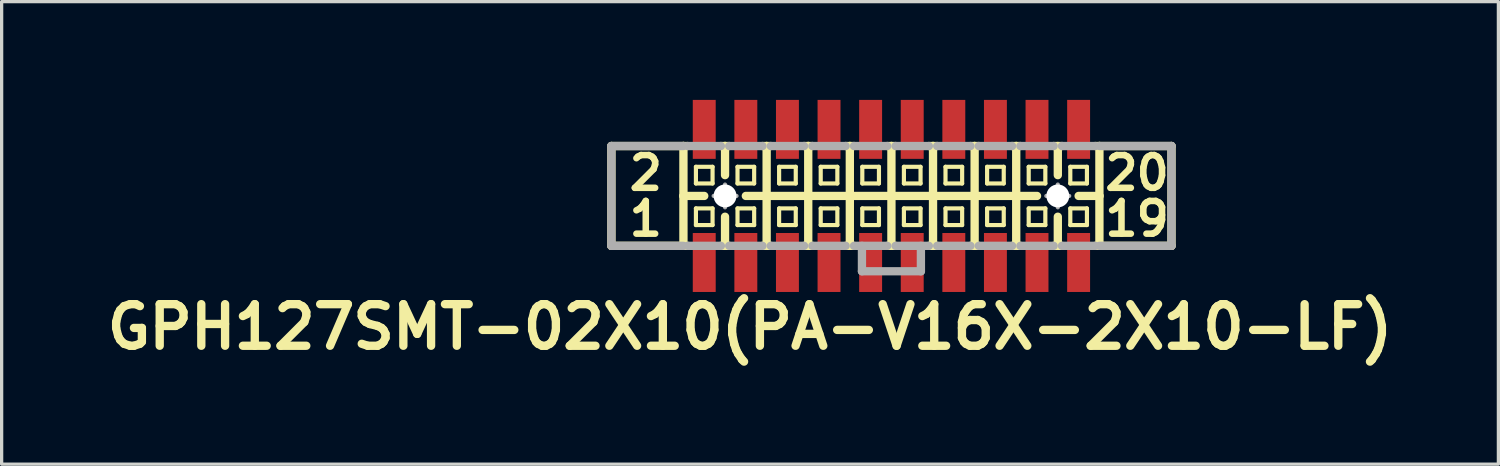
<source format=kicad_pcb>
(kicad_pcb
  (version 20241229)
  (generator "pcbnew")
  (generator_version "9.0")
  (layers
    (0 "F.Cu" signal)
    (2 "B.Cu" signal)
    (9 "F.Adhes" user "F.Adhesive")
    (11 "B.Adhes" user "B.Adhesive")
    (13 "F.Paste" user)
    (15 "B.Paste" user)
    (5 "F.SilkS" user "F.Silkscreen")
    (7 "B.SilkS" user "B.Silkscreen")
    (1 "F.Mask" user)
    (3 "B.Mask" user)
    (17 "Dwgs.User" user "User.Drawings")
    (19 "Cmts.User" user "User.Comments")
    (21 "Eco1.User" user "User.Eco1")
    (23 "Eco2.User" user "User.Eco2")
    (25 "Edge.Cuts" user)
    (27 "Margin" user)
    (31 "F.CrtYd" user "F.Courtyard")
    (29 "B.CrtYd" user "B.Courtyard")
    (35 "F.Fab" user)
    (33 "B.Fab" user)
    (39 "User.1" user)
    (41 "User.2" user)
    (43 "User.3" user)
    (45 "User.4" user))
  (footprint "GPH127SMT-02X10(PA-V16X-2X10-LF)"
    (layer "F.Cu")
    (at 24.166 2.932)
    (property "Reference" "GPH127SMT-02X10(PA-V16X-2X10-LF)" (at -4.318 4 0) (layer "F.SilkS") (effects (font (size 1.27 1.27) (thickness 0.254))))
    (attr smd)
    (fp_line (start -8.55 -1.524) (end -8.55 1.524) (stroke (width 0.254) (type solid)) (layer "F.SilkS"))
    (fp_line (start -8.55 1.524) (end -6.35 1.524) (stroke (width 0.254) (type solid)) (layer "F.SilkS"))
    (fp_line (start -6.35 -1.524) (end -8.55 -1.524) (stroke (width 0.254) (type solid)) (layer "F.SilkS"))
    (fp_line (start -6.35 -1.524) (end -6.35 0) (stroke (width 0.254) (type solid)) (layer "F.SilkS"))
    (fp_line (start -6.35 0) (end -6.35 1.524) (stroke (width 0.254) (type solid)) (layer "F.SilkS"))
    (fp_line (start -6.35 0) (end -5.715 0) (stroke (width 0.254) (type solid)) (layer "F.SilkS"))
    (fp_line (start -6.35 1.524) (end -6.223 1.524) (stroke (width 0.254) (type solid)) (layer "F.SilkS"))
    (fp_line (start -6.223 -1.524) (end -6.35 -1.524) (stroke (width 0.254) (type solid)) (layer "F.SilkS"))
    (fp_line (start -5.969 -0.889) (end -5.461 -0.889) (stroke (width 0.127) (type solid)) (layer "F.SilkS"))
    (fp_line (start -5.969 -0.381) (end -5.969 -0.889) (stroke (width 0.127) (type solid)) (layer "F.SilkS"))
    (fp_line (start -5.969 -0.381) (end -5.461 -0.381) (stroke (width 0.127) (type solid)) (layer "F.SilkS"))
    (fp_line (start -5.969 0.381) (end -5.461 0.381) (stroke (width 0.127) (type solid)) (layer "F.SilkS"))
    (fp_line (start -5.969 0.889) (end -5.969 0.381) (stroke (width 0.127) (type solid)) (layer "F.SilkS"))
    (fp_line (start -5.969 0.889) (end -5.461 0.889) (stroke (width 0.127) (type solid)) (layer "F.SilkS"))
    (fp_line (start -5.461 -0.381) (end -5.461 -0.889) (stroke (width 0.127) (type solid)) (layer "F.SilkS"))
    (fp_line (start -5.461 0.889) (end -5.461 0.381) (stroke (width 0.127) (type solid)) (layer "F.SilkS"))
    (fp_line (start -5.207 -1.524) (end -5.08 -1.524) (stroke (width 0.254) (type solid)) (layer "F.SilkS"))
    (fp_line (start -5.207 1.524) (end -5.08 1.524) (stroke (width 0.254) (type solid)) (layer "F.SilkS"))
    (fp_line (start -5.08 -1.524) (end -4.953 -1.524) (stroke (width 0.254) (type solid)) (layer "F.SilkS"))
    (fp_line (start -5.08 -0.635) (end -5.08 -1.524) (stroke (width 0.254) (type solid)) (layer "F.SilkS"))
    (fp_line (start -5.08 1.524) (end -5.08 0.635) (stroke (width 0.254) (type solid)) (layer "F.SilkS"))
    (fp_line (start -5.08 1.524) (end -4.953 1.524) (stroke (width 0.254) (type solid)) (layer "F.SilkS"))
    (fp_line (start -4.699 -0.889) (end -4.191 -0.889) (stroke (width 0.127) (type solid)) (layer "F.SilkS"))
    (fp_line (start -4.699 -0.381) (end -4.699 -0.889) (stroke (width 0.127) (type solid)) (layer "F.SilkS"))
    (fp_line (start -4.699 -0.381) (end -4.191 -0.381) (stroke (width 0.127) (type solid)) (layer "F.SilkS"))
    (fp_line (start -4.699 0.381) (end -4.191 0.381) (stroke (width 0.127) (type solid)) (layer "F.SilkS"))
    (fp_line (start -4.699 0.889) (end -4.699 0.381) (stroke (width 0.127) (type solid)) (layer "F.SilkS"))
    (fp_line (start -4.699 0.889) (end -4.191 0.889) (stroke (width 0.127) (type solid)) (layer "F.SilkS"))
    (fp_line (start -4.445 0) (end -3.81 0) (stroke (width 0.254) (type solid)) (layer "F.SilkS"))
    (fp_line (start -4.191 -0.381) (end -4.191 -0.889) (stroke (width 0.127) (type solid)) (layer "F.SilkS"))
    (fp_line (start -4.191 0.889) (end -4.191 0.381) (stroke (width 0.127) (type solid)) (layer "F.SilkS"))
    (fp_line (start -3.937 -1.524) (end -3.81 -1.524) (stroke (width 0.254) (type solid)) (layer "F.SilkS"))
    (fp_line (start -3.937 1.524) (end -3.81 1.524) (stroke (width 0.254) (type solid)) (layer "F.SilkS"))
    (fp_line (start -3.81 -1.524) (end -3.683 -1.524) (stroke (width 0.254) (type solid)) (layer "F.SilkS"))
    (fp_line (start -3.81 0) (end -3.81 -1.524) (stroke (width 0.254) (type solid)) (layer "F.SilkS"))
    (fp_line (start -3.81 0) (end -2.54 0) (stroke (width 0.254) (type solid)) (layer "F.SilkS"))
    (fp_line (start -3.81 1.524) (end -3.81 0) (stroke (width 0.254) (type solid)) (layer "F.SilkS"))
    (fp_line (start -3.81 1.524) (end -3.683 1.524) (stroke (width 0.254) (type solid)) (layer "F.SilkS"))
    (fp_line (start -3.429 -0.889) (end -2.921 -0.889) (stroke (width 0.127) (type solid)) (layer "F.SilkS"))
    (fp_line (start -3.429 -0.381) (end -3.429 -0.889) (stroke (width 0.127) (type solid)) (layer "F.SilkS"))
    (fp_line (start -3.429 -0.381) (end -2.921 -0.381) (stroke (width 0.127) (type solid)) (layer "F.SilkS"))
    (fp_line (start -3.429 0.381) (end -2.921 0.381) (stroke (width 0.127) (type solid)) (layer "F.SilkS"))
    (fp_line (start -3.429 0.889) (end -3.429 0.381) (stroke (width 0.127) (type solid)) (layer "F.SilkS"))
    (fp_line (start -3.429 0.889) (end -2.921 0.889) (stroke (width 0.127) (type solid)) (layer "F.SilkS"))
    (fp_line (start -2.921 -0.381) (end -2.921 -0.889) (stroke (width 0.127) (type solid)) (layer "F.SilkS"))
    (fp_line (start -2.921 0.889) (end -2.921 0.381) (stroke (width 0.127) (type solid)) (layer "F.SilkS"))
    (fp_line (start -2.667 -1.524) (end -2.54 -1.524) (stroke (width 0.254) (type solid)) (layer "F.SilkS"))
    (fp_line (start -2.667 1.524) (end -2.54 1.524) (stroke (width 0.254) (type solid)) (layer "F.SilkS"))
    (fp_line (start -2.54 -1.524) (end -2.413 -1.524) (stroke (width 0.254) (type solid)) (layer "F.SilkS"))
    (fp_line (start -2.54 0) (end -2.54 -1.524) (stroke (width 0.254) (type solid)) (layer "F.SilkS"))
    (fp_line (start -2.54 0) (end -1.27 0) (stroke (width 0.254) (type solid)) (layer "F.SilkS"))
    (fp_line (start -2.54 1.524) (end -2.54 0) (stroke (width 0.254) (type solid)) (layer "F.SilkS"))
    (fp_line (start -2.54 1.524) (end -2.413 1.524) (stroke (width 0.254) (type solid)) (layer "F.SilkS"))
    (fp_line (start -2.159 -0.889) (end -1.651 -0.889) (stroke (width 0.127) (type solid)) (layer "F.SilkS"))
    (fp_line (start -2.159 -0.381) (end -2.159 -0.889) (stroke (width 0.127) (type solid)) (layer "F.SilkS"))
    (fp_line (start -2.159 -0.381) (end -1.651 -0.381) (stroke (width 0.127) (type solid)) (layer "F.SilkS"))
    (fp_line (start -2.159 0.381) (end -1.651 0.381) (stroke (width 0.127) (type solid)) (layer "F.SilkS"))
    (fp_line (start -2.159 0.889) (end -2.159 0.381) (stroke (width 0.127) (type solid)) (layer "F.SilkS"))
    (fp_line (start -2.159 0.889) (end -1.651 0.889) (stroke (width 0.127) (type solid)) (layer "F.SilkS"))
    (fp_line (start -1.651 -0.381) (end -1.651 -0.889) (stroke (width 0.127) (type solid)) (layer "F.SilkS"))
    (fp_line (start -1.651 0.889) (end -1.651 0.381) (stroke (width 0.127) (type solid)) (layer "F.SilkS"))
    (fp_line (start -1.397 -1.524) (end -1.27 -1.524) (stroke (width 0.254) (type solid)) (layer "F.SilkS"))
    (fp_line (start -1.397 1.524) (end -1.27 1.524) (stroke (width 0.254) (type solid)) (layer "F.SilkS"))
    (fp_line (start -1.27 -1.524) (end -1.143 -1.524) (stroke (width 0.254) (type solid)) (layer "F.SilkS"))
    (fp_line (start -1.27 0) (end -1.27 -1.524) (stroke (width 0.254) (type solid)) (layer "F.SilkS"))
    (fp_line (start -1.27 0) (end 0 0) (stroke (width 0.254) (type solid)) (layer "F.SilkS"))
    (fp_line (start -1.27 1.524) (end -1.27 0) (stroke (width 0.254) (type solid)) (layer "F.SilkS"))
    (fp_line (start -1.27 1.524) (end -1.143 1.524) (stroke (width 0.254) (type solid)) (layer "F.SilkS"))
    (fp_line (start -0.889 -0.889) (end -0.381 -0.889) (stroke (width 0.127) (type solid)) (layer "F.SilkS"))
    (fp_line (start -0.889 -0.381) (end -0.889 -0.889) (stroke (width 0.127) (type solid)) (layer "F.SilkS"))
    (fp_line (start -0.889 -0.381) (end -0.381 -0.381) (stroke (width 0.127) (type solid)) (layer "F.SilkS"))
    (fp_line (start -0.889 0.381) (end -0.381 0.381) (stroke (width 0.127) (type solid)) (layer "F.SilkS"))
    (fp_line (start -0.889 0.889) (end -0.889 0.381) (stroke (width 0.127) (type solid)) (layer "F.SilkS"))
    (fp_line (start -0.889 0.889) (end -0.381 0.889) (stroke (width 0.127) (type solid)) (layer "F.SilkS"))
    (fp_line (start -0.381 -0.381) (end -0.381 -0.889) (stroke (width 0.127) (type solid)) (layer "F.SilkS"))
    (fp_line (start -0.381 0.889) (end -0.381 0.381) (stroke (width 0.127) (type solid)) (layer "F.SilkS"))
    (fp_line (start -0.127 -1.524) (end 0 -1.524) (stroke (width 0.254) (type solid)) (layer "F.SilkS"))
    (fp_line (start -0.127 1.524) (end 0 1.524) (stroke (width 0.254) (type solid)) (layer "F.SilkS"))
    (fp_line (start 0 -1.524) (end 0.127 -1.524) (stroke (width 0.254) (type solid)) (layer "F.SilkS"))
    (fp_line (start 0 0) (end 0 -1.524) (stroke (width 0.254) (type solid)) (layer "F.SilkS"))
    (fp_line (start 0 0) (end 1.27 0) (stroke (width 0.254) (type solid)) (layer "F.SilkS"))
    (fp_line (start 0 1.524) (end 0 0) (stroke (width 0.254) (type solid)) (layer "F.SilkS"))
    (fp_line (start 0 1.524) (end 0.127 1.524) (stroke (width 0.254) (type solid)) (layer "F.SilkS"))
    (fp_line (start 0.381 -0.889) (end 0.889 -0.889) (stroke (width 0.127) (type solid)) (layer "F.SilkS"))
    (fp_line (start 0.381 -0.381) (end 0.381 -0.889) (stroke (width 0.127) (type solid)) (layer "F.SilkS"))
    (fp_line (start 0.381 -0.381) (end 0.889 -0.381) (stroke (width 0.127) (type solid)) (layer "F.SilkS"))
    (fp_line (start 0.381 0.381) (end 0.889 0.381) (stroke (width 0.127) (type solid)) (layer "F.SilkS"))
    (fp_line (start 0.381 0.889) (end 0.381 0.381) (stroke (width 0.127) (type solid)) (layer "F.SilkS"))
    (fp_line (start 0.381 0.889) (end 0.889 0.889) (stroke (width 0.127) (type solid)) (layer "F.SilkS"))
    (fp_line (start 0.889 -0.381) (end 0.889 -0.889) (stroke (width 0.127) (type solid)) (layer "F.SilkS"))
    (fp_line (start 0.889 0.889) (end 0.889 0.381) (stroke (width 0.127) (type solid)) (layer "F.SilkS"))
    (fp_line (start 1.143 -1.524) (end 1.27 -1.524) (stroke (width 0.254) (type solid)) (layer "F.SilkS"))
    (fp_line (start 1.143 1.524) (end 1.27 1.524) (stroke (width 0.254) (type solid)) (layer "F.SilkS"))
    (fp_line (start 1.27 -1.524) (end 1.397 -1.524) (stroke (width 0.254) (type solid)) (layer "F.SilkS"))
    (fp_line (start 1.27 0) (end 1.27 -1.524) (stroke (width 0.254) (type solid)) (layer "F.SilkS"))
    (fp_line (start 1.27 0) (end 2.54 0) (stroke (width 0.254) (type solid)) (layer "F.SilkS"))
    (fp_line (start 1.27 1.524) (end 1.27 0) (stroke (width 0.254) (type solid)) (layer "F.SilkS"))
    (fp_line (start 1.27 1.524) (end 1.397 1.524) (stroke (width 0.254) (type solid)) (layer "F.SilkS"))
    (fp_line (start 1.651 -0.889) (end 2.159 -0.889) (stroke (width 0.127) (type solid)) (layer "F.SilkS"))
    (fp_line (start 1.651 -0.381) (end 1.651 -0.889) (stroke (width 0.127) (type solid)) (layer "F.SilkS"))
    (fp_line (start 1.651 -0.381) (end 2.159 -0.381) (stroke (width 0.127) (type solid)) (layer "F.SilkS"))
    (fp_line (start 1.651 0.381) (end 2.159 0.381) (stroke (width 0.127) (type solid)) (layer "F.SilkS"))
    (fp_line (start 1.651 0.889) (end 1.651 0.381) (stroke (width 0.127) (type solid)) (layer "F.SilkS"))
    (fp_line (start 1.651 0.889) (end 2.159 0.889) (stroke (width 0.127) (type solid)) (layer "F.SilkS"))
    (fp_line (start 2.159 -0.381) (end 2.159 -0.889) (stroke (width 0.127) (type solid)) (layer "F.SilkS"))
    (fp_line (start 2.159 0.889) (end 2.159 0.381) (stroke (width 0.127) (type solid)) (layer "F.SilkS"))
    (fp_line (start 2.413 -1.524) (end 2.54 -1.524) (stroke (width 0.254) (type solid)) (layer "F.SilkS"))
    (fp_line (start 2.413 1.524) (end 2.54 1.524) (stroke (width 0.254) (type solid)) (layer "F.SilkS"))
    (fp_line (start 2.54 -1.524) (end 2.667 -1.524) (stroke (width 0.254) (type solid)) (layer "F.SilkS"))
    (fp_line (start 2.54 0) (end 2.54 -1.524) (stroke (width 0.254) (type solid)) (layer "F.SilkS"))
    (fp_line (start 2.54 0) (end 3.81 0) (stroke (width 0.254) (type solid)) (layer "F.SilkS"))
    (fp_line (start 2.54 1.524) (end 2.54 0) (stroke (width 0.254) (type solid)) (layer "F.SilkS"))
    (fp_line (start 2.54 1.524) (end 2.667 1.524) (stroke (width 0.254) (type solid)) (layer "F.SilkS"))
    (fp_line (start 2.921 -0.889) (end 3.429 -0.889) (stroke (width 0.127) (type solid)) (layer "F.SilkS"))
    (fp_line (start 2.921 -0.381) (end 2.921 -0.889) (stroke (width 0.127) (type solid)) (layer "F.SilkS"))
    (fp_line (start 2.921 -0.381) (end 3.429 -0.381) (stroke (width 0.127) (type solid)) (layer "F.SilkS"))
    (fp_line (start 2.921 0.381) (end 3.429 0.381) (stroke (width 0.127) (type solid)) (layer "F.SilkS"))
    (fp_line (start 2.921 0.889) (end 2.921 0.381) (stroke (width 0.127) (type solid)) (layer "F.SilkS"))
    (fp_line (start 2.921 0.889) (end 3.429 0.889) (stroke (width 0.127) (type solid)) (layer "F.SilkS"))
    (fp_line (start 3.429 -0.381) (end 3.429 -0.889) (stroke (width 0.127) (type solid)) (layer "F.SilkS"))
    (fp_line (start 3.429 0.889) (end 3.429 0.381) (stroke (width 0.127) (type solid)) (layer "F.SilkS"))
    (fp_line (start 3.683 -1.524) (end 3.81 -1.524) (stroke (width 0.254) (type solid)) (layer "F.SilkS"))
    (fp_line (start 3.683 1.524) (end 3.81 1.524) (stroke (width 0.254) (type solid)) (layer "F.SilkS"))
    (fp_line (start 3.81 -1.524) (end 3.937 -1.524) (stroke (width 0.254) (type solid)) (layer "F.SilkS"))
    (fp_line (start 3.81 0) (end 3.81 -1.524) (stroke (width 0.254) (type solid)) (layer "F.SilkS"))
    (fp_line (start 3.81 0) (end 4.445 0) (stroke (width 0.254) (type solid)) (layer "F.SilkS"))
    (fp_line (start 3.81 1.524) (end 3.81 0) (stroke (width 0.254) (type solid)) (layer "F.SilkS"))
    (fp_line (start 3.81 1.524) (end 3.937 1.524) (stroke (width 0.254) (type solid)) (layer "F.SilkS"))
    (fp_line (start 4.191 -0.889) (end 4.699 -0.889) (stroke (width 0.127) (type solid)) (layer "F.SilkS"))
    (fp_line (start 4.191 -0.381) (end 4.191 -0.889) (stroke (width 0.127) (type solid)) (layer "F.SilkS"))
    (fp_line (start 4.191 -0.381) (end 4.699 -0.381) (stroke (width 0.127) (type solid)) (layer "F.SilkS"))
    (fp_line (start 4.191 0.381) (end 4.699 0.381) (stroke (width 0.127) (type solid)) (layer "F.SilkS"))
    (fp_line (start 4.191 0.889) (end 4.191 0.381) (stroke (width 0.127) (type solid)) (layer "F.SilkS"))
    (fp_line (start 4.191 0.889) (end 4.699 0.889) (stroke (width 0.127) (type solid)) (layer "F.SilkS"))
    (fp_line (start 4.699 -0.381) (end 4.699 -0.889) (stroke (width 0.127) (type solid)) (layer "F.SilkS"))
    (fp_line (start 4.699 0.889) (end 4.699 0.381) (stroke (width 0.127) (type solid)) (layer "F.SilkS"))
    (fp_line (start 4.953 -1.524) (end 5.207 -1.524) (stroke (width 0.254) (type solid)) (layer "F.SilkS"))
    (fp_line (start 4.953 1.524) (end 5.08 1.524) (stroke (width 0.254) (type solid)) (layer "F.SilkS"))
    (fp_line (start 5.08 -0.635) (end 5.08 -1.524) (stroke (width 0.254) (type solid)) (layer "F.SilkS"))
    (fp_line (start 5.08 1.524) (end 5.08 0.635) (stroke (width 0.254) (type solid)) (layer "F.SilkS"))
    (fp_line (start 5.08 1.524) (end 5.207 1.524) (stroke (width 0.254) (type solid)) (layer "F.SilkS"))
    (fp_line (start 5.461 -0.889) (end 5.969 -0.889) (stroke (width 0.127) (type solid)) (layer "F.SilkS"))
    (fp_line (start 5.461 -0.381) (end 5.461 -0.889) (stroke (width 0.127) (type solid)) (layer "F.SilkS"))
    (fp_line (start 5.461 -0.381) (end 5.969 -0.381) (stroke (width 0.127) (type solid)) (layer "F.SilkS"))
    (fp_line (start 5.461 0.381) (end 5.969 0.381) (stroke (width 0.127) (type solid)) (layer "F.SilkS"))
    (fp_line (start 5.461 0.889) (end 5.461 0.381) (stroke (width 0.127) (type solid)) (layer "F.SilkS"))
    (fp_line (start 5.461 0.889) (end 5.969 0.889) (stroke (width 0.127) (type solid)) (layer "F.SilkS"))
    (fp_line (start 5.715 0) (end 6.35 0) (stroke (width 0.254) (type solid)) (layer "F.SilkS"))
    (fp_line (start 5.969 -0.381) (end 5.969 -0.889) (stroke (width 0.127) (type solid)) (layer "F.SilkS"))
    (fp_line (start 5.969 0.889) (end 5.969 0.381) (stroke (width 0.127) (type solid)) (layer "F.SilkS"))
    (fp_line (start 6.223 -1.524) (end 6.35 -1.524) (stroke (width 0.254) (type solid)) (layer "F.SilkS"))
    (fp_line (start 6.35 -1.524) (end 6.35 0) (stroke (width 0.254) (type solid)) (layer "F.SilkS"))
    (fp_line (start 6.35 -1.524) (end 8.55 -1.524) (stroke (width 0.254) (type solid)) (layer "F.SilkS"))
    (fp_line (start 6.35 0) (end 6.35 1.524) (stroke (width 0.254) (type solid)) (layer "F.SilkS"))
    (fp_line (start 6.35 1.524) (end 6.223 1.524) (stroke (width 0.254) (type solid)) (layer "F.SilkS"))
    (fp_line (start 8.55 -1.524) (end 8.55 1.524) (stroke (width 0.254) (type solid)) (layer "F.SilkS"))
    (fp_line (start 8.55 1.524) (end 6.35 1.524) (stroke (width 0.254) (type solid)) (layer "F.SilkS"))
    (fp_line (start -8.55 -1.524) (end -8.55 1.524) (stroke (width 0.254) (type solid)) (layer "F.Fab"))
    (fp_line (start -8.55 1.524) (end -6.35 1.524) (stroke (width 0.254) (type solid)) (layer "F.Fab"))
    (fp_line (start -6.35 -1.524) (end -8.55 -1.524) (stroke (width 0.254) (type solid)) (layer "F.Fab"))
    (fp_line (start -6.223 -1.524) (end -5.207 -1.524) (stroke (width 0.254) (type solid)) (layer "F.Fab"))
    (fp_line (start -6.223 1.524) (end -5.207 1.524) (stroke (width 0.254) (type solid)) (layer "F.Fab"))
    (fp_line (start -5.428 0) (end -4.729 0) (stroke (width 0.127) (type solid)) (layer "F.Fab"))
    (fp_line (start -5.08 0.348) (end -5.08 -0.348) (stroke (width 0.127) (type solid)) (layer "F.Fab"))
    (fp_line (start -4.953 -1.524) (end -3.937 -1.524) (stroke (width 0.254) (type solid)) (layer "F.Fab"))
    (fp_line (start -4.953 1.524) (end -3.937 1.524) (stroke (width 0.254) (type solid)) (layer "F.Fab"))
    (fp_line (start -3.683 -1.524) (end -2.667 -1.524) (stroke (width 0.254) (type solid)) (layer "F.Fab"))
    (fp_line (start -3.683 1.524) (end -2.667 1.524) (stroke (width 0.254) (type solid)) (layer "F.Fab"))
    (fp_line (start -2.413 -1.524) (end -1.397 -1.524) (stroke (width 0.254) (type solid)) (layer "F.Fab"))
    (fp_line (start -2.413 1.524) (end -1.397 1.524) (stroke (width 0.254) (type solid)) (layer "F.Fab"))
    (fp_line (start -1.143 -1.524) (end -0.127 -1.524) (stroke (width 0.254) (type solid)) (layer "F.Fab"))
    (fp_line (start -1.143 1.524) (end -0.127 1.524) (stroke (width 0.254) (type solid)) (layer "F.Fab"))
    (fp_line (start -0.9 2.3) (end -0.9 1.524) (stroke (width 0.254) (type solid)) (layer "F.Fab"))
    (fp_line (start -0.9 2.3) (end 0.9 2.3) (stroke (width 0.254) (type solid)) (layer "F.Fab"))
    (fp_line (start 0.127 -1.524) (end 1.143 -1.524) (stroke (width 0.254) (type solid)) (layer "F.Fab"))
    (fp_line (start 0.127 1.524) (end 1.143 1.524) (stroke (width 0.254) (type solid)) (layer "F.Fab"))
    (fp_line (start 0.9 2.3) (end 0.9 1.524) (stroke (width 0.254) (type solid)) (layer "F.Fab"))
    (fp_line (start 1.397 -1.524) (end 2.413 -1.524) (stroke (width 0.254) (type solid)) (layer "F.Fab"))
    (fp_line (start 1.397 1.524) (end 2.413 1.524) (stroke (width 0.254) (type solid)) (layer "F.Fab"))
    (fp_line (start 2.667 -1.524) (end 3.683 -1.524) (stroke (width 0.254) (type solid)) (layer "F.Fab"))
    (fp_line (start 2.667 1.524) (end 3.683 1.524) (stroke (width 0.254) (type solid)) (layer "F.Fab"))
    (fp_line (start 3.937 -1.524) (end 4.953 -1.524) (stroke (width 0.254) (type solid)) (layer "F.Fab"))
    (fp_line (start 3.937 1.524) (end 4.953 1.524) (stroke (width 0.254) (type solid)) (layer "F.Fab"))
    (fp_line (start 4.729 0) (end 5.428 0) (stroke (width 0.127) (type solid)) (layer "F.Fab"))
    (fp_line (start 5.08 0.348) (end 5.08 -0.348) (stroke (width 0.127) (type solid)) (layer "F.Fab"))
    (fp_line (start 5.207 -1.524) (end 6.223 -1.524) (stroke (width 0.254) (type solid)) (layer "F.Fab"))
    (fp_line (start 5.207 1.524) (end 6.223 1.524) (stroke (width 0.254) (type solid)) (layer "F.Fab"))
    (fp_line (start 6.35 -1.524) (end 8.55 -1.524) (stroke (width 0.254) (type solid)) (layer "F.Fab"))
    (fp_line (start 8.55 -1.524) (end 8.55 1.524) (stroke (width 0.254) (type solid)) (layer "F.Fab"))
    (fp_line (start 8.55 1.524) (end 6.35 1.524) (stroke (width 0.254) (type solid)) (layer "F.Fab"))
    (fp_circle (center -5.08 0) (end -5.253 0.173) (stroke (width 0.127) (type solid)) (fill no) (layer "F.Fab"))
    (fp_circle (center 5.08 0) (end 5.253 0.173) (stroke (width 0.127) (type solid)) (fill no) (layer "F.Fab"))
    (fp_text user "2" (at -7.5 -0.7 0) (layer "F.SilkS") (effects (font (size 1 1) (thickness 0.2))))
    (fp_text user "1" (at -7.5 0.7 0) (layer "F.SilkS") (effects (font (size 1 1) (thickness 0.2))))
    (fp_text user "20" (at 7.5 -0.7 0) (layer "F.SilkS") (effects (font (size 1 1) (thickness 0.2))))
    (fp_text user "19" (at 7.5 0.7 0) (layer "F.SilkS") (effects (font (size 1 1) (thickness 0.2))))
    (pad "" np_thru_hole circle (at -5.08 0 90) (size 0.7 0.7) (drill 0.7) (layers "*.Cu" "*.Mask"))
    (pad "" np_thru_hole circle (at 5.08 0 90) (size 0.7 0.7) (drill 0.7) (layers "*.Cu" "*.Mask"))
    (pad "1" smd rect (at -5.715 2.032 270) (size 1.8 0.7) (layers "F.Cu" "F.Mask" "F.Paste"))
    (pad "2" smd rect (at -5.715 -2.032 270) (size 1.8 0.7) (layers "F.Cu" "F.Mask" "F.Paste"))
    (pad "3" smd rect (at -4.445 2.032 270) (size 1.8 0.7) (layers "F.Cu" "F.Mask" "F.Paste"))
    (pad "4" smd rect (at -4.445 -2.032 270) (size 1.8 0.7) (layers "F.Cu" "F.Mask" "F.Paste"))
    (pad "5" smd rect (at -3.175 2.032 270) (size 1.8 0.7) (layers "F.Cu" "F.Mask" "F.Paste"))
    (pad "6" smd rect (at -3.175 -2.032 270) (size 1.8 0.7) (layers "F.Cu" "F.Mask" "F.Paste"))
    (pad "7" smd rect (at -1.905 2.032 270) (size 1.8 0.7) (layers "F.Cu" "F.Mask" "F.Paste"))
    (pad "8" smd rect (at -1.905 -2.032 270) (size 1.8 0.7) (layers "F.Cu" "F.Mask" "F.Paste"))
    (pad "9" smd rect (at -0.635 2.032 270) (size 1.8 0.7) (layers "F.Cu" "F.Mask" "F.Paste"))
    (pad "10" smd rect (at -0.635 -2.032 270) (size 1.8 0.7) (layers "F.Cu" "F.Mask" "F.Paste"))
    (pad "11" smd rect (at 0.635 2.032 270) (size 1.8 0.7) (layers "F.Cu" "F.Mask" "F.Paste"))
    (pad "12" smd rect (at 0.635 -2.032 270) (size 1.8 0.7) (layers "F.Cu" "F.Mask" "F.Paste"))
    (pad "13" smd rect (at 1.905 2.032 90) (size 1.8 0.7) (layers "F.Cu" "F.Mask" "F.Paste"))
    (pad "14" smd rect (at 1.905 -2.032 90) (size 1.8 0.7) (layers "F.Cu" "F.Mask" "F.Paste"))
    (pad "15" smd rect (at 3.175 2.032 90) (size 1.8 0.7) (layers "F.Cu" "F.Mask" "F.Paste"))
    (pad "16" smd rect (at 3.175 -2.032 90) (size 1.8 0.7) (layers "F.Cu" "F.Mask" "F.Paste"))
    (pad "17" smd rect (at 4.445 2.032 90) (size 1.8 0.7) (layers "F.Cu" "F.Mask" "F.Paste"))
    (pad "18" smd rect (at 4.445 -2.032 90) (size 1.8 0.7) (layers "F.Cu" "F.Mask" "F.Paste"))
    (pad "19" smd rect (at 5.715 2.032 90) (size 1.8 0.7) (layers "F.Cu" "F.Mask" "F.Paste"))
    (pad "20" smd rect (at 5.715 -2.032 90) (size 1.8 0.7) (layers "F.Cu" "F.Mask" "F.Paste")))
  (gr_rect
    (start -3 -3)
    (end 42.697 11.121)
    (stroke (width 0.1) (type default))
    (fill no)
    (layer "Edge.Cuts")))
</source>
